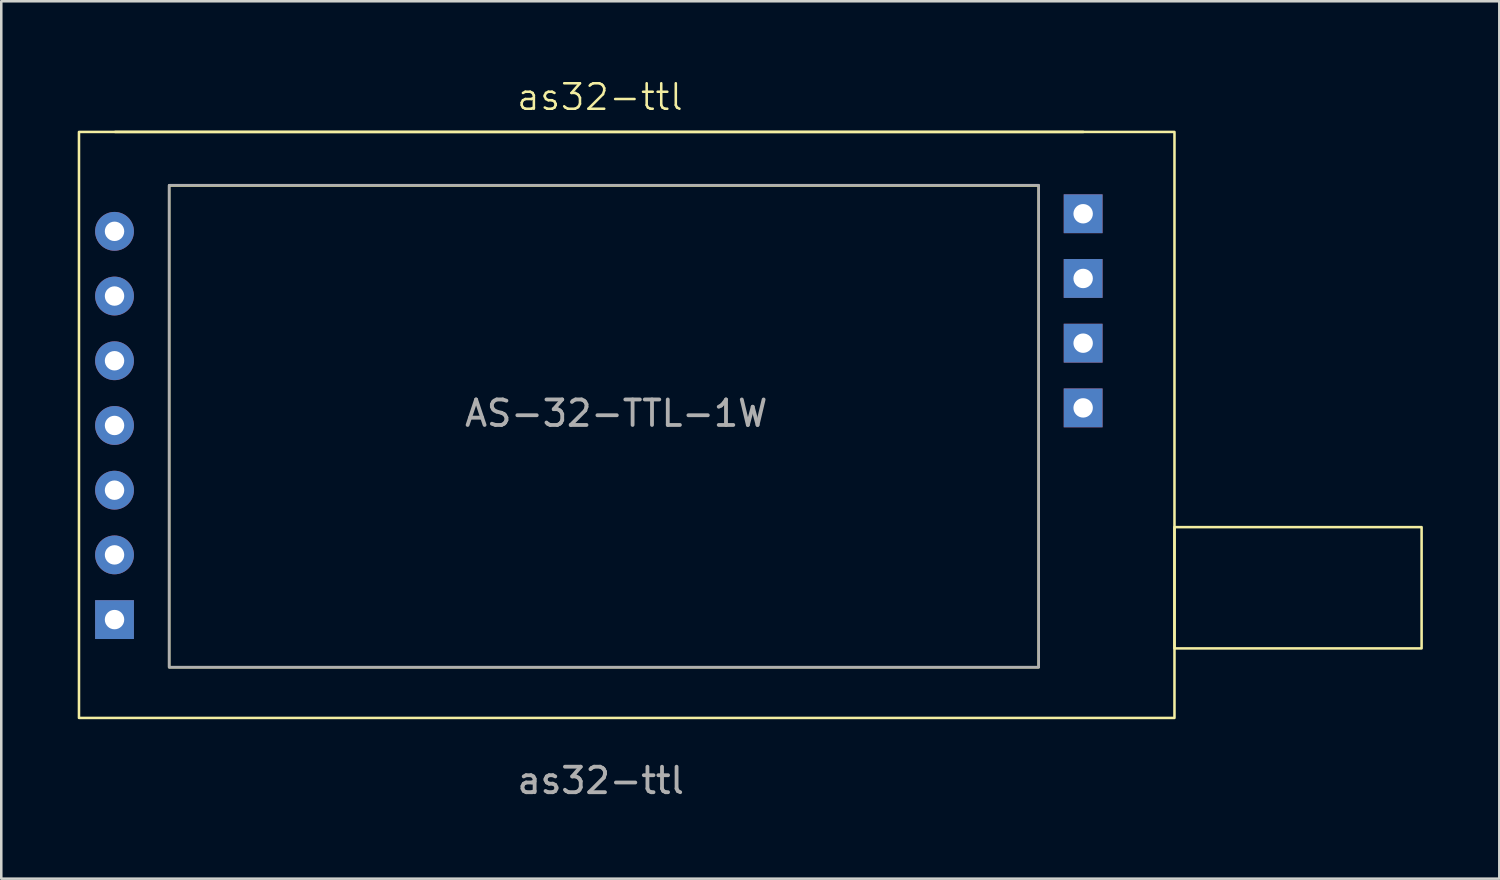
<source format=kicad_pcb>
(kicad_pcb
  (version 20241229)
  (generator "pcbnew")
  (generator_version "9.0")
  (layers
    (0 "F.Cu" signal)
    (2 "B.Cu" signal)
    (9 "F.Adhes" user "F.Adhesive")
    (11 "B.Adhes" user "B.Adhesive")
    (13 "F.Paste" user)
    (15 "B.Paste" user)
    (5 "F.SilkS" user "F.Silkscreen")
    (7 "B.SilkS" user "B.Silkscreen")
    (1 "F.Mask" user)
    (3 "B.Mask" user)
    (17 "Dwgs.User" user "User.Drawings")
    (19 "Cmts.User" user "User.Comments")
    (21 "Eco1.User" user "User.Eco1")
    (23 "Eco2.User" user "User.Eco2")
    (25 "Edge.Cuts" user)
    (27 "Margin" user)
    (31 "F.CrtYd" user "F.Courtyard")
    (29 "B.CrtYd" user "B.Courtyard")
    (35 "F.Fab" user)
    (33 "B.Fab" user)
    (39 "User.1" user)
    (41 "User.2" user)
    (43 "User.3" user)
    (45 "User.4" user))
  (footprint "as32-ttl"
    (layer "F.Cu")
    (at 20.52 13.65)
    (property "Reference" "as32-ttl" (at -0.02 -12.89 0) (unlocked yes) (layer "F.SilkS") (effects (font (size 1 1) (thickness 0.1))))
    (attr through_hole)
    (fp_line (start -19.05 -11.521) (end 18.95 -11.521) (stroke (width 0.1) (type default)) (layer "F.SilkS"))
    (fp_rect (start -20.47 -11.521) (end 22.53 11.479) (stroke (width 0.1) (type default)) (fill no) (layer "F.SilkS"))
    (fp_rect (start -16.93 -9.42) (end 17.2 9.49) (stroke (width 0.1) (type default)) (fill no) (layer "F.SilkS"))
    (fp_rect (start 22.53 8.75) (end 32.23 3.99) (stroke (width 0.1) (type default)) (fill no) (layer "F.SilkS"))
    (fp_rect (start -16.93 -9.43) (end 17.2 9.49) (stroke (width 0.1) (type default)) (fill no) (layer "F.Fab"))
    (fp_text user "${REFERENCE}" (at 0.01 13.94 0) (unlocked yes) (layer "F.Fab") (effects (font (size 1 1) (thickness 0.15))))
    (fp_text user "AS-32-TTL-1W" (at -5.41 0.11 0) (unlocked yes) (layer "F.Fab") (effects (font (size 1 1) (thickness 0.15)) (justify left bottom)))
    (pad "1" thru_hole circle (at -19.075 -7.62) (size 1.524 1.524) (drill 0.762) (layers "*.Cu" "*.Mask"))
    (pad "2" thru_hole circle (at -19.075 -5.08) (size 1.524 1.524) (drill 0.762) (layers "*.Cu" "*.Mask"))
    (pad "3" thru_hole circle (at -19.075 -2.54) (size 1.524 1.524) (drill 0.762) (layers "*.Cu" "*.Mask"))
    (pad "4" thru_hole circle (at -19.075 0) (size 1.524 1.524) (drill 0.762) (layers "*.Cu" "*.Mask"))
    (pad "5" thru_hole circle (at -19.075 2.54) (size 1.524 1.524) (drill 0.762) (layers "*.Cu" "*.Mask"))
    (pad "6" thru_hole circle (at -19.075 5.08) (size 1.524 1.524) (drill 0.762) (layers "*.Cu" "*.Mask"))
    (pad "7" thru_hole rect (at -19.075 7.62) (size 1.524 1.524) (drill 0.762) (layers "*.Cu" "*.Mask"))
    (pad "8" thru_hole rect (at 18.945 -8.31) (size 1.524 1.524) (drill 0.762) (layers "*.Cu" "*.Mask"))
    (pad "9" thru_hole rect (at 18.945 -5.77) (size 1.524 1.524) (drill 0.762) (layers "*.Cu" "*.Mask"))
    (pad "10" thru_hole rect (at 18.945 -3.23) (size 1.524 1.524) (drill 0.762) (layers "*.Cu" "*.Mask"))
    (pad "11" thru_hole rect (at 18.945 -0.69) (size 1.524 1.524) (drill 0.762) (layers "*.Cu" "*.Mask")))
  (gr_rect
    (start -3 -3)
    (end 55.8 31.439)
    (stroke (width 0.1) (type default))
    (fill no)
    (layer "Edge.Cuts")))
</source>
